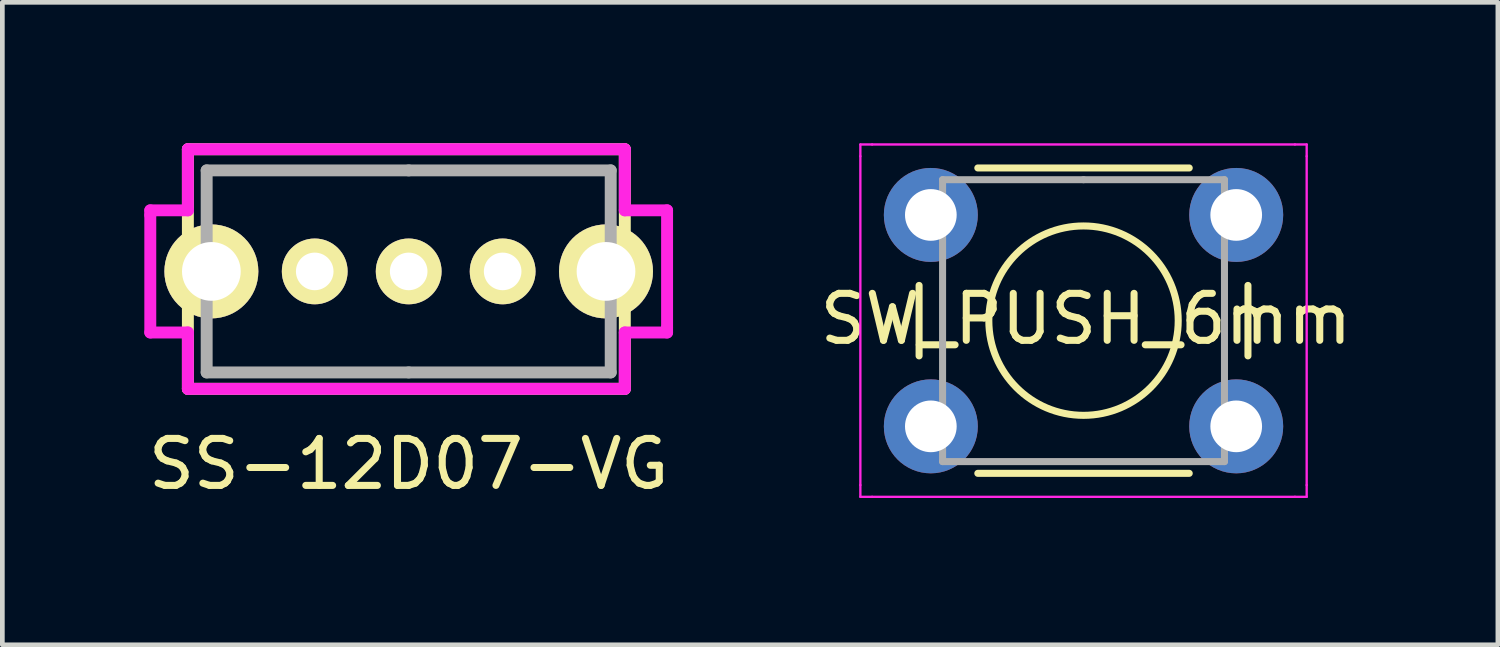
<source format=kicad_pcb>
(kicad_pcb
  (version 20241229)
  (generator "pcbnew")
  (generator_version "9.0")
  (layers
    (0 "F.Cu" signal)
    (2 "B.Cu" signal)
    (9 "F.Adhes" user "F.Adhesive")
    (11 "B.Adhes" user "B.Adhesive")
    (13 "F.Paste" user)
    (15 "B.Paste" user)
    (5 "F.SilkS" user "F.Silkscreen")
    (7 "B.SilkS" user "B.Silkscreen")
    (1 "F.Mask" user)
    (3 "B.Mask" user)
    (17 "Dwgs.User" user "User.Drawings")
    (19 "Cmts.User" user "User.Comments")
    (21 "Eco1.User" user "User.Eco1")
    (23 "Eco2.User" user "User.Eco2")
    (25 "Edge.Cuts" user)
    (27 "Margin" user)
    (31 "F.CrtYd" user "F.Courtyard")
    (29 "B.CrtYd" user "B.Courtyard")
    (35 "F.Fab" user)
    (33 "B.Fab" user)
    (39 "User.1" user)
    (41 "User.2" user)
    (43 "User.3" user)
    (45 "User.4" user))
  (footprint "SW_PUSH_6mm"
    (layer "F.Cu")
    (at 16.763 1.525)
    (property "Reference" "SW_PUSH_6mm" (at 3.302 2.214 0) (layer "F.SilkS") (effects (font (size 1 1) (thickness 0.15))))
    (attr through_hole)
    (fp_line (start -0.25 1.5) (end -0.25 3) (stroke (width 0.15) (type solid)) (layer "F.SilkS"))
    (fp_line (start 1 5.5) (end 5.5 5.5) (stroke (width 0.15) (type solid)) (layer "F.SilkS"))
    (fp_line (start 5.5 -1) (end 1 -1) (stroke (width 0.15) (type solid)) (layer "F.SilkS"))
    (fp_line (start 6.75 3) (end 6.75 1.5) (stroke (width 0.15) (type solid)) (layer "F.SilkS"))
    (fp_circle (center 3.25 2.25) (end 1.25 2.5) (stroke (width 0.15) (type solid)) (fill no) (layer "F.SilkS"))
    (fp_line (start -1.5 -1.5) (end -1.25 -1.5) (stroke (width 0.05) (type solid)) (layer "F.CrtYd"))
    (fp_line (start -1.5 -1.25) (end -1.5 -1.5) (stroke (width 0.05) (type solid)) (layer "F.CrtYd"))
    (fp_line (start -1.5 5.75) (end -1.5 -1.25) (stroke (width 0.05) (type solid)) (layer "F.CrtYd"))
    (fp_line (start -1.5 5.75) (end -1.5 6) (stroke (width 0.05) (type solid)) (layer "F.CrtYd"))
    (fp_line (start -1.5 6) (end -1.25 6) (stroke (width 0.05) (type solid)) (layer "F.CrtYd"))
    (fp_line (start -1.25 -1.5) (end 7.75 -1.5) (stroke (width 0.05) (type solid)) (layer "F.CrtYd"))
    (fp_line (start 7.75 -1.5) (end 8 -1.5) (stroke (width 0.05) (type solid)) (layer "F.CrtYd"))
    (fp_line (start 7.75 6) (end -1.25 6) (stroke (width 0.05) (type solid)) (layer "F.CrtYd"))
    (fp_line (start 7.75 6) (end 8 6) (stroke (width 0.05) (type solid)) (layer "F.CrtYd"))
    (fp_line (start 8 -1.5) (end 8 -1.25) (stroke (width 0.05) (type solid)) (layer "F.CrtYd"))
    (fp_line (start 8 -1.25) (end 8 5.75) (stroke (width 0.05) (type solid)) (layer "F.CrtYd"))
    (fp_line (start 8 6) (end 8 5.75) (stroke (width 0.05) (type solid)) (layer "F.CrtYd"))
    (fp_line (start 0.25 -0.75) (end 3.25 -0.75) (stroke (width 0.15) (type solid)) (layer "F.Fab"))
    (fp_line (start 0.25 5.25) (end 0.25 -0.75) (stroke (width 0.15) (type solid)) (layer "F.Fab"))
    (fp_line (start 3.25 -0.75) (end 6.25 -0.75) (stroke (width 0.15) (type solid)) (layer "F.Fab"))
    (fp_line (start 6.25 -0.75) (end 6.25 5.25) (stroke (width 0.15) (type solid)) (layer "F.Fab"))
    (fp_line (start 6.25 5.25) (end 0.25 5.25) (stroke (width 0.15) (type solid)) (layer "F.Fab"))
    (pad "1" thru_hole circle (at 0 0 90) (size 2 2) (drill 1.1) (layers "*.Cu" "*.Mask"))
    (pad "1" thru_hole circle (at 6.5 0 90) (size 2 2) (drill 1.1) (layers "*.Cu" "*.Mask"))
    (pad "2" thru_hole circle (at 0 4.5 90) (size 2 2) (drill 1.1) (layers "*.Cu" "*.Mask"))
    (pad "2" thru_hole circle (at 6.5 4.5 90) (size 2 2) (drill 1.1) (layers "*.Cu" "*.Mask")))
  (footprint "SS-12D07-VG"
    (layer "F.Cu")
    (at 5.649 2.727)
    (property "Reference" "SS-12D07-VG" (at 0 4.1 0) (layer "F.SilkS") (effects (font (size 1 1) (thickness 0.15))))
    (attr through_hole)
    (fp_line (start -4.7 -2.6) (end -4.7 2.5) (stroke (width 0.254) (type solid)) (layer "F.SilkS"))
    (fp_line (start -4.7 2.5) (end 4.6 2.5) (stroke (width 0.254) (type solid)) (layer "F.SilkS"))
    (fp_line (start 4.6 -2.6) (end -4.7 -2.6) (stroke (width 0.254) (type solid)) (layer "F.SilkS"))
    (fp_line (start 4.6 2.5) (end 4.6 -2.6) (stroke (width 0.254) (type solid)) (layer "F.SilkS"))
    (fp_line (start -5.5 -1.3) (end -4.7 -1.3) (stroke (width 0.254) (type solid)) (layer "F.CrtYd"))
    (fp_line (start -5.5 -1.2) (end -5.5 -1.3) (stroke (width 0.254) (type solid)) (layer "F.CrtYd"))
    (fp_line (start -5.5 1.3) (end -5.5 -1.2) (stroke (width 0.254) (type solid)) (layer "F.CrtYd"))
    (fp_line (start -4.7 -2.6) (end 4.6 -2.6) (stroke (width 0.254) (type solid)) (layer "F.CrtYd"))
    (fp_line (start -4.7 -1.3) (end -4.7 -2.6) (stroke (width 0.254) (type solid)) (layer "F.CrtYd"))
    (fp_line (start -4.7 1.3) (end -5.5 1.3) (stroke (width 0.254) (type solid)) (layer "F.CrtYd"))
    (fp_line (start -4.7 2.5) (end -4.7 1.3) (stroke (width 0.254) (type solid)) (layer "F.CrtYd"))
    (fp_line (start 4.6 -2.6) (end 4.6 -1.3) (stroke (width 0.254) (type solid)) (layer "F.CrtYd"))
    (fp_line (start 4.6 -1.3) (end 5.5 -1.3) (stroke (width 0.254) (type solid)) (layer "F.CrtYd"))
    (fp_line (start 4.6 1.3) (end 4.6 2.5) (stroke (width 0.254) (type solid)) (layer "F.CrtYd"))
    (fp_line (start 4.6 2.5) (end -4.7 2.5) (stroke (width 0.254) (type solid)) (layer "F.CrtYd"))
    (fp_line (start 5.5 -1.3) (end 5.5 1.2) (stroke (width 0.254) (type solid)) (layer "F.CrtYd"))
    (fp_line (start 5.5 1.2) (end 5.5 1.3) (stroke (width 0.254) (type solid)) (layer "F.CrtYd"))
    (fp_line (start 5.5 1.3) (end 4.6 1.3) (stroke (width 0.254) (type solid)) (layer "F.CrtYd"))
    (fp_line (start -4.3 -2.15) (end -4.3 2.15) (stroke (width 0.254) (type solid)) (layer "F.Fab"))
    (fp_line (start -4.3 2.15) (end 0 2.15) (stroke (width 0.254) (type solid)) (layer "F.Fab"))
    (fp_line (start 0 -2.15) (end -4.3 -2.15) (stroke (width 0.254) (type solid)) (layer "F.Fab"))
    (fp_line (start 0 2.15) (end 4.3 2.15) (stroke (width 0.254) (type solid)) (layer "F.Fab"))
    (fp_line (start 4.3 -2.15) (end 0 -2.15) (stroke (width 0.254) (type solid)) (layer "F.Fab"))
    (fp_line (start 4.3 -2.15) (end 4.3 2.15) (stroke (width 0.254) (type solid)) (layer "F.Fab"))
    (pad "1" thru_hole circle (at -2 0) (size 1.4 1.4) (drill 0.8) (layers "*.Cu" "*.Mask" "F.SilkS"))
    (pad "2" thru_hole circle (at 0 0) (size 1.4 1.4) (drill 0.8) (layers "*.Cu" "*.Mask" "F.SilkS"))
    (pad "3" thru_hole circle (at 2 0) (size 1.4 1.4) (drill 0.8) (layers "*.Cu" "*.Mask" "F.SilkS"))
    (pad "MTG1" thru_hole circle (at -4.2 0) (size 2 2) (drill 1.25) (layers "*.Cu" "*.Mask" "F.SilkS"))
    (pad "MTG2" thru_hole circle (at 4.2 0) (size 2 2) (drill 1.25) (layers "*.Cu" "*.Mask" "F.SilkS")))
  (gr_rect
    (start -3 -3)
    (end 28.833 10.675)
    (stroke (width 0.1) (type default))
    (fill no)
    (layer "Edge.Cuts")))
</source>
